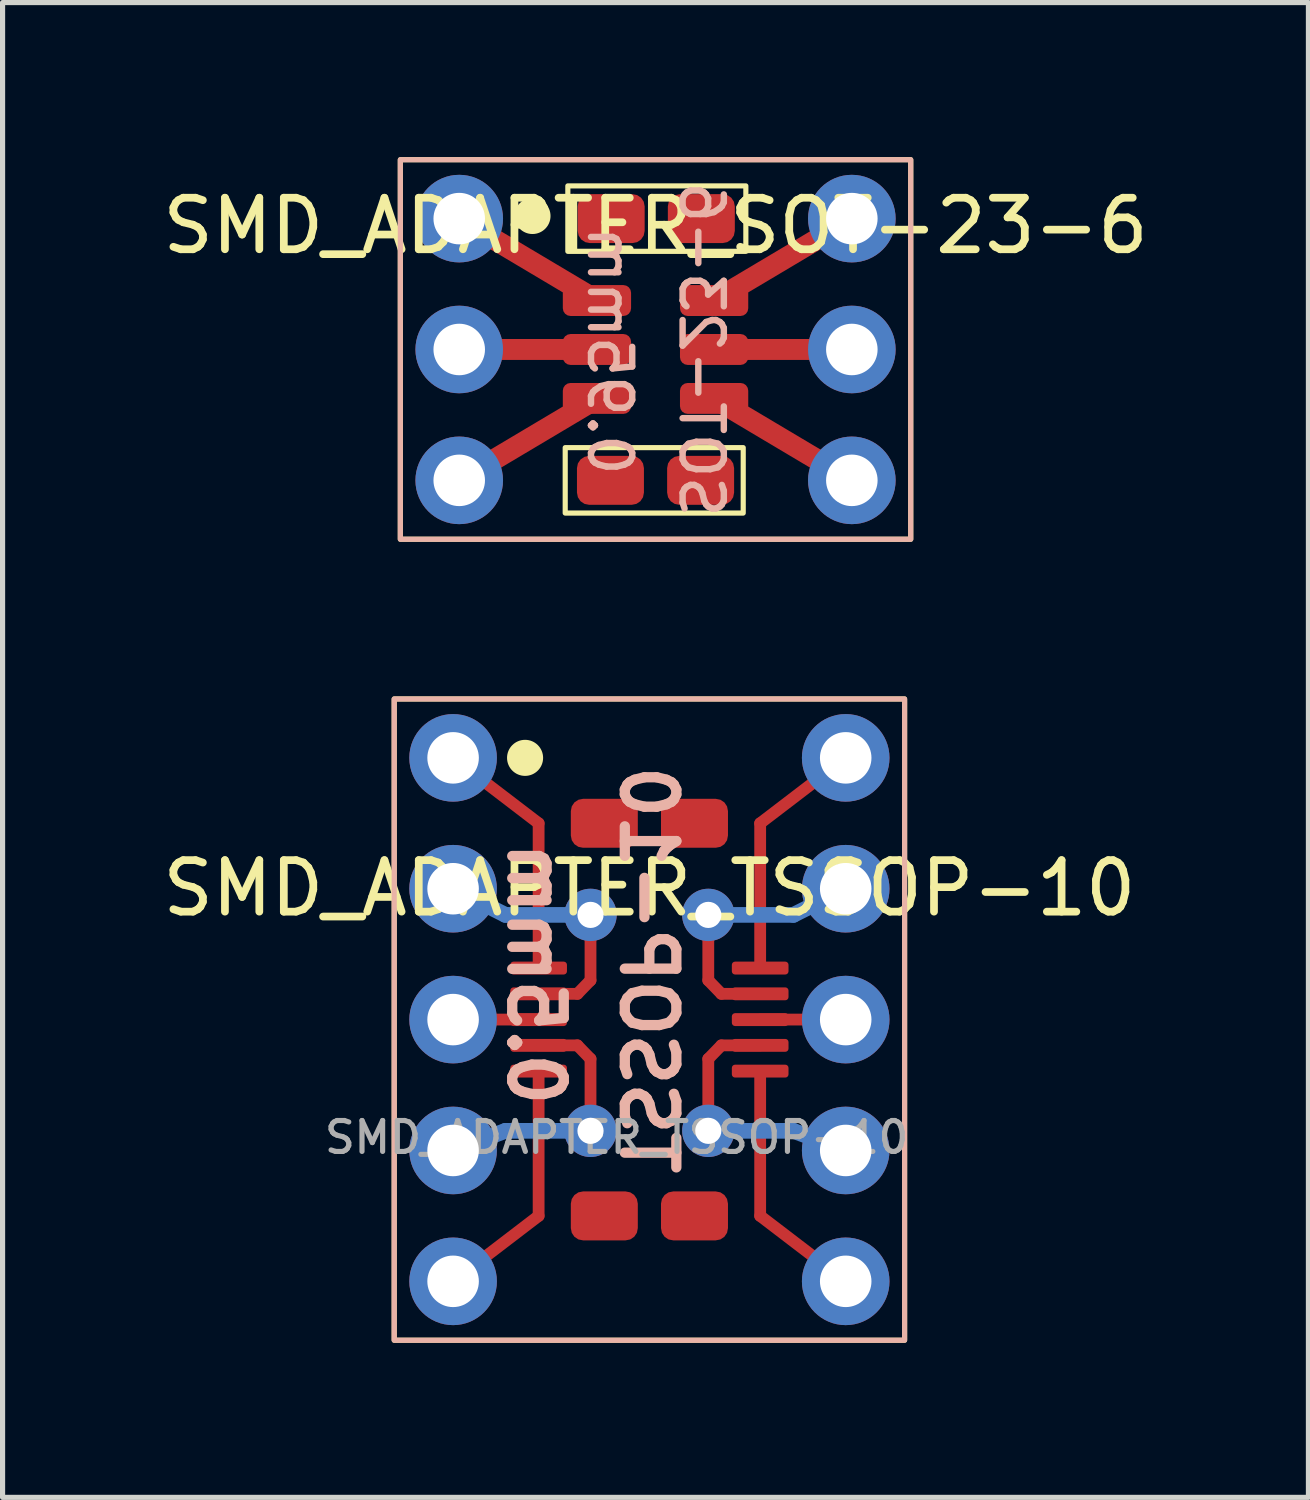
<source format=kicad_pcb>
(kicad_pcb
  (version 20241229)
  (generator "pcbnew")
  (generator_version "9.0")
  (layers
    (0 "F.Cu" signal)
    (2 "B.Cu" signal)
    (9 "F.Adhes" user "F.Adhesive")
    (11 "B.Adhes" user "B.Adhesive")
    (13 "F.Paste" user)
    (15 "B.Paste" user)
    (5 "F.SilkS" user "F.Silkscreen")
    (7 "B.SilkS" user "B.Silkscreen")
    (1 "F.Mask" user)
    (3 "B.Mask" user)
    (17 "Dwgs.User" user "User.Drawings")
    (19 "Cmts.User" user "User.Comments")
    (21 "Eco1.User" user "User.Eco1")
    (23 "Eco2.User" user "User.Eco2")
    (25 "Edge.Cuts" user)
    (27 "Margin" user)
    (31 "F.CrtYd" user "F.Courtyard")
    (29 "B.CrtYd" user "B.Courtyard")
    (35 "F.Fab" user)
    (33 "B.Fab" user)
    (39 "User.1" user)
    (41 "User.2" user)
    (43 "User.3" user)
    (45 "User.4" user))
  (footprint "SMD_ADAPTER_SOT-23-6"
    (layer "F.Cu")
    (at 9.673 3.733)
    (property "Reference" "SMD_ADAPTER_SOT-23-6" (at 0 -2.4 0) (layer "F.SilkS") (effects (font (size 1 1) (thickness 0.15))))
    (attr smd)
    (fp_line (start -3.81 -2.54) (end -1.137 -0.95) (stroke (width 0.406) (type default)) (layer "F.Cu"))
    (fp_line (start -3.365 0) (end -1.46 0) (stroke (width 0.406) (type default)) (layer "F.Cu"))
    (fp_line (start -1.137 0.95) (end -3.81 2.54) (stroke (width 0.406) (type default)) (layer "F.Cu"))
    (fp_line (start 1.137 -0.95) (end 3.81 -2.54) (stroke (width 0.406) (type default)) (layer "F.Cu"))
    (fp_line (start 1.137 0.95) (end 3.81 2.54) (stroke (width 0.406) (type default)) (layer "F.Cu"))
    (fp_line (start 1.587 0) (end 3.493 0) (stroke (width 0.406) (type default)) (layer "F.Cu"))
    (fp_rect (start -4.953 -3.683) (end 4.953 3.683) (stroke (width 0.1) (type default)) (fill no) (layer "F.SilkS"))
    (fp_rect (start -1.753 1.905) (end 1.702 3.175) (stroke (width 0.1) (type default)) (fill no) (layer "F.SilkS"))
    (fp_rect (start -1.702 -3.175) (end 1.753 -1.905) (stroke (width 0.1) (type default)) (fill no) (layer "F.SilkS"))
    (fp_circle (center -2.388 -2.591) (end -2.088 -2.591) (stroke (width 0.1) (type solid)) (fill yes) (layer "F.SilkS"))
    (fp_rect (start -4.953 -3.683) (end 4.953 3.683) (stroke (width 0.1) (type default)) (fill no) (layer "B.SilkS"))
    (fp_text user "0.95mm" (at -0.889 0.025 270) (unlocked yes) (layer "B.SilkS") (effects (font (size 0.8 0.8) (thickness 0.125)) (justify mirror)))
    (fp_text user "SOT-23-6" (at 0.889 0 270) (unlocked yes) (layer "B.SilkS") (effects (font (size 0.8 0.8) (thickness 0.125)) (justify mirror)))
    (pad "" smd roundrect (at -0.875 2.54) (size 1.3 0.95) (layers "F.Cu" "F.Mask" "F.Paste") (roundrect_rratio 0.25))
    (pad "" smd roundrect (at -0.861 -2.54) (size 1.3 0.95) (layers "F.Cu" "F.Mask" "F.Paste") (roundrect_rratio 0.25))
    (pad "" smd roundrect (at 0.875 2.54) (size 1.3 0.95) (layers "F.Cu" "F.Mask" "F.Paste") (roundrect_rratio 0.25))
    (pad "" smd roundrect (at 0.889 -2.54) (size 1.3 0.95) (layers "F.Cu" "F.Mask" "F.Paste") (roundrect_rratio 0.25))
    (pad "1" thru_hole circle (at -3.81 -2.54) (size 1.7 1.7) (drill 1) (layers "*.Cu" "*.Mask"))
    (pad "1" smd roundrect (at -1.137 -0.95) (size 1.325 0.6) (layers "F.Cu" "F.Mask" "F.Paste") (roundrect_rratio 0.25))
    (pad "2" thru_hole circle (at -3.81 0) (size 1.7 1.7) (drill 1) (layers "*.Cu" "*.Mask"))
    (pad "2" smd roundrect (at -1.137 0) (size 1.325 0.6) (layers "F.Cu" "F.Mask" "F.Paste") (roundrect_rratio 0.25))
    (pad "3" thru_hole circle (at -3.81 2.54) (size 1.7 1.7) (drill 1) (layers "*.Cu" "*.Mask"))
    (pad "3" smd roundrect (at -1.137 0.95) (size 1.325 0.6) (layers "F.Cu" "F.Mask" "F.Paste") (roundrect_rratio 0.25))
    (pad "4" smd roundrect (at 1.137 0.95) (size 1.325 0.6) (layers "F.Cu" "F.Mask" "F.Paste") (roundrect_rratio 0.25))
    (pad "4" thru_hole circle (at 3.81 2.54) (size 1.7 1.7) (drill 1) (layers "*.Cu" "*.Mask"))
    (pad "5" smd roundrect (at 1.137 0) (size 1.325 0.6) (layers "F.Cu" "F.Mask" "F.Paste") (roundrect_rratio 0.25))
    (pad "5" thru_hole circle (at 3.81 0) (size 1.7 1.7) (drill 1) (layers "*.Cu" "*.Mask"))
    (pad "6" smd roundrect (at 1.137 -0.95) (size 1.325 0.6) (layers "F.Cu" "F.Mask" "F.Paste") (roundrect_rratio 0.25))
    (pad "6" thru_hole circle (at 3.81 -2.54) (size 1.7 1.7) (drill 1) (layers "*.Cu" "*.Mask")))
  (footprint "SMD_ADAPTER_TSSOP-10"
    (layer "F.Cu")
    (at 9.554 16.739)
    (property "Reference" "SMD_ADAPTER_TSSOP-10" (at 0 -2.55 0) (layer "F.SilkS") (effects (font (size 1 1) (thickness 0.15))))
    (attr smd)
    (fp_line (start -2.15 -3.81) (end -3.81 -5.08) (stroke (width 0.229) (type default)) (layer "F.Cu"))
    (fp_line (start -2.15 -1) (end -2.15 -3.81) (stroke (width 0.229) (type default)) (layer "F.Cu"))
    (fp_line (start -2.15 -0.5) (end -1.397 -0.5) (stroke (width 0.229) (type default)) (layer "F.Cu"))
    (fp_line (start -2.15 0) (end -3.81 0) (stroke (width 0.229) (type default)) (layer "F.Cu"))
    (fp_line (start -2.15 1) (end -2.15 3.81) (stroke (width 0.229) (type default)) (layer "F.Cu"))
    (fp_line (start -2.15 3.81) (end -3.81 5.08) (stroke (width 0.229) (type default)) (layer "F.Cu"))
    (fp_line (start -1.397 -0.5) (end -1.143 -0.762) (stroke (width 0.229) (type default)) (layer "F.Cu"))
    (fp_line (start -1.397 0.5) (end -2.15 0.5) (stroke (width 0.229) (type default)) (layer "F.Cu"))
    (fp_line (start -1.397 0.5) (end -1.143 0.762) (stroke (width 0.229) (type default)) (layer "F.Cu"))
    (fp_line (start -1.143 -0.762) (end -1.143 -2.032) (stroke (width 0.229) (type default)) (layer "F.Cu"))
    (fp_line (start -1.143 2.159) (end -1.143 0.762) (stroke (width 0.229) (type default)) (layer "F.Cu"))
    (fp_line (start 1.143 -0.762) (end 1.143 -2.032) (stroke (width 0.229) (type default)) (layer "F.Cu"))
    (fp_line (start 1.143 2.159) (end 1.143 0.762) (stroke (width 0.229) (type default)) (layer "F.Cu"))
    (fp_line (start 1.397 -0.5) (end 1.143 -0.762) (stroke (width 0.229) (type default)) (layer "F.Cu"))
    (fp_line (start 1.397 -0.5) (end 2.15 -0.5) (stroke (width 0.229) (type default)) (layer "F.Cu"))
    (fp_line (start 1.397 0.5) (end 1.143 0.762) (stroke (width 0.229) (type default)) (layer "F.Cu"))
    (fp_line (start 1.397 0.5) (end 2.15 0.5) (stroke (width 0.229) (type default)) (layer "F.Cu"))
    (fp_line (start 2.15 -3.81) (end 3.81 -5.08) (stroke (width 0.229) (type default)) (layer "F.Cu"))
    (fp_line (start 2.15 -1) (end 2.15 -3.81) (stroke (width 0.229) (type default)) (layer "F.Cu"))
    (fp_line (start 2.15 0) (end 3.81 0) (stroke (width 0.229) (type default)) (layer "F.Cu"))
    (fp_line (start 2.15 1) (end 2.15 3.81) (stroke (width 0.229) (type default)) (layer "F.Cu"))
    (fp_line (start 2.15 3.81) (end 3.81 5.08) (stroke (width 0.229) (type default)) (layer "F.Cu"))
    (fp_line (start -2.794 -2.032) (end -3.81 -2.54) (stroke (width 0.305) (type default)) (layer "B.Cu"))
    (fp_line (start -2.794 2.159) (end -3.81 2.54) (stroke (width 0.305) (type default)) (layer "B.Cu"))
    (fp_line (start -1.206 2.159) (end -2.794 2.159) (stroke (width 0.305) (type default)) (layer "B.Cu"))
    (fp_line (start -1.143 -2.032) (end -2.794 -2.032) (stroke (width 0.305) (type default)) (layer "B.Cu"))
    (fp_line (start 2.794 -2.032) (end 1.143 -2.032) (stroke (width 0.305) (type default)) (layer "B.Cu"))
    (fp_line (start 2.794 2.159) (end 1.143 2.159) (stroke (width 0.305) (type default)) (layer "B.Cu"))
    (fp_line (start 2.794 2.159) (end 3.81 2.54) (stroke (width 0.305) (type default)) (layer "B.Cu"))
    (fp_line (start 3.81 -2.54) (end 2.794 -2.032) (stroke (width 0.305) (type default)) (layer "B.Cu"))
    (fp_rect (start -4.953 -6.223) (end 4.953 6.223) (stroke (width 0.1) (type solid)) (fill no) (layer "F.SilkS"))
    (fp_circle (center -2.413 -5.08) (end -2.113 -5.08) (stroke (width 0.1) (type solid)) (fill yes) (layer "F.SilkS"))
    (fp_rect (start -4.953 -6.223) (end 4.953 6.223) (stroke (width 0.1) (type solid)) (fill no) (layer "B.SilkS"))
    (fp_text user "TSSOP-10" (at -0.025 -0.965 270) (unlocked yes) (layer "B.SilkS") (effects (font (size 1 1) (thickness 0.2) (bold yes)) (justify mirror)))
    (fp_text user "0.5mm" (at -2.21 -0.889 270) (unlocked yes) (layer "B.SilkS") (effects (font (size 1 1) (thickness 0.2) (bold yes)) (justify mirror)))
    (fp_text user "${REFERENCE}" (at -0.635 2.286 0) (layer "F.Fab") (effects (font (size 0.6 0.6) (thickness 0.1))))
    (pad "" thru_hole circle (at -1.143 -2.032) (size 1.016 1.016) (drill 0.508) (layers "*.Cu" "*.Mask"))
    (pad "" thru_hole circle (at -1.143 2.159) (size 1.016 1.016) (drill 0.508) (layers "*.Cu" "*.Mask"))
    (pad "" smd roundrect (at -0.875 -3.81) (size 1.3 0.95) (layers "F.Cu" "F.Mask" "F.Paste") (roundrect_rratio 0.25))
    (pad "" smd roundrect (at -0.875 3.81) (size 1.3 0.95) (layers "F.Cu" "F.Mask" "F.Paste") (roundrect_rratio 0.25))
    (pad "" smd roundrect (at 0.875 -3.81) (size 1.3 0.95) (layers "F.Cu" "F.Mask" "F.Paste") (roundrect_rratio 0.25))
    (pad "" smd roundrect (at 0.875 3.81) (size 1.3 0.95) (layers "F.Cu" "F.Mask" "F.Paste") (roundrect_rratio 0.25))
    (pad "" thru_hole circle (at 1.143 -2.032) (size 1.016 1.016) (drill 0.508) (layers "*.Cu" "*.Mask"))
    (pad "" thru_hole circle (at 1.143 2.159) (size 1.016 1.016) (drill 0.508) (layers "*.Cu" "*.Mask"))
    (pad "1" thru_hole circle (at -3.81 -5.08) (size 1.7 1.7) (drill 1) (layers "*.Cu" "*.Mask"))
    (pad "1" smd roundrect (at -2.15 -1) (size 1.1 0.25) (layers "F.Cu" "F.Mask" "F.Paste") (roundrect_rratio 0.25))
    (pad "2" thru_hole circle (at -3.81 -2.54) (size 1.7 1.7) (drill 1) (layers "*.Cu" "*.Mask"))
    (pad "2" smd roundrect (at -2.15 -0.5) (size 1.1 0.25) (layers "F.Cu" "F.Mask" "F.Paste") (roundrect_rratio 0.25))
    (pad "3" thru_hole circle (at -3.81 0) (size 1.7 1.7) (drill 1) (layers "*.Cu" "*.Mask"))
    (pad "3" smd roundrect (at -2.15 0) (size 1.1 0.25) (layers "F.Cu" "F.Mask" "F.Paste") (roundrect_rratio 0.25))
    (pad "4" thru_hole circle (at -3.81 2.54) (size 1.7 1.7) (drill 1) (layers "*.Cu" "*.Mask"))
    (pad "4" smd roundrect (at -2.15 0.5) (size 1.1 0.25) (layers "F.Cu" "F.Mask" "F.Paste") (roundrect_rratio 0.25))
    (pad "5" thru_hole circle (at -3.81 5.08) (size 1.7 1.7) (drill 1) (layers "*.Cu" "*.Mask"))
    (pad "5" smd roundrect (at -2.15 1) (size 1.1 0.25) (layers "F.Cu" "F.Mask" "F.Paste") (roundrect_rratio 0.25))
    (pad "6" smd roundrect (at 2.15 1) (size 1.1 0.25) (layers "F.Cu" "F.Mask" "F.Paste") (roundrect_rratio 0.25))
    (pad "6" thru_hole circle (at 3.81 5.08) (size 1.7 1.7) (drill 1) (layers "*.Cu" "*.Mask"))
    (pad "7" smd roundrect (at 2.15 0.5) (size 1.1 0.25) (layers "F.Cu" "F.Mask" "F.Paste") (roundrect_rratio 0.25))
    (pad "7" thru_hole circle (at 3.81 2.54) (size 1.7 1.7) (drill 1) (layers "*.Cu" "*.Mask"))
    (pad "8" smd roundrect (at 2.15 0) (size 1.1 0.25) (layers "F.Cu" "F.Mask" "F.Paste") (roundrect_rratio 0.25))
    (pad "8" thru_hole circle (at 3.81 0) (size 1.7 1.7) (drill 1) (layers "*.Cu" "*.Mask"))
    (pad "9" smd roundrect (at 2.15 -0.5) (size 1.1 0.25) (layers "F.Cu" "F.Mask" "F.Paste") (roundrect_rratio 0.25))
    (pad "9" thru_hole circle (at 3.81 -2.54) (size 1.7 1.7) (drill 1) (layers "*.Cu" "*.Mask"))
    (pad "10" smd roundrect (at 2.15 -1) (size 1.1 0.25) (layers "F.Cu" "F.Mask" "F.Paste") (roundrect_rratio 0.25))
    (pad "10" thru_hole circle (at 3.81 -5.08) (size 1.7 1.7) (drill 1) (layers "*.Cu" "*.Mask")))
  (gr_rect
    (start -3 -3)
    (end 22.345 26.012)
    (stroke (width 0.1) (type default))
    (fill no)
    (layer "Edge.Cuts")))
</source>
